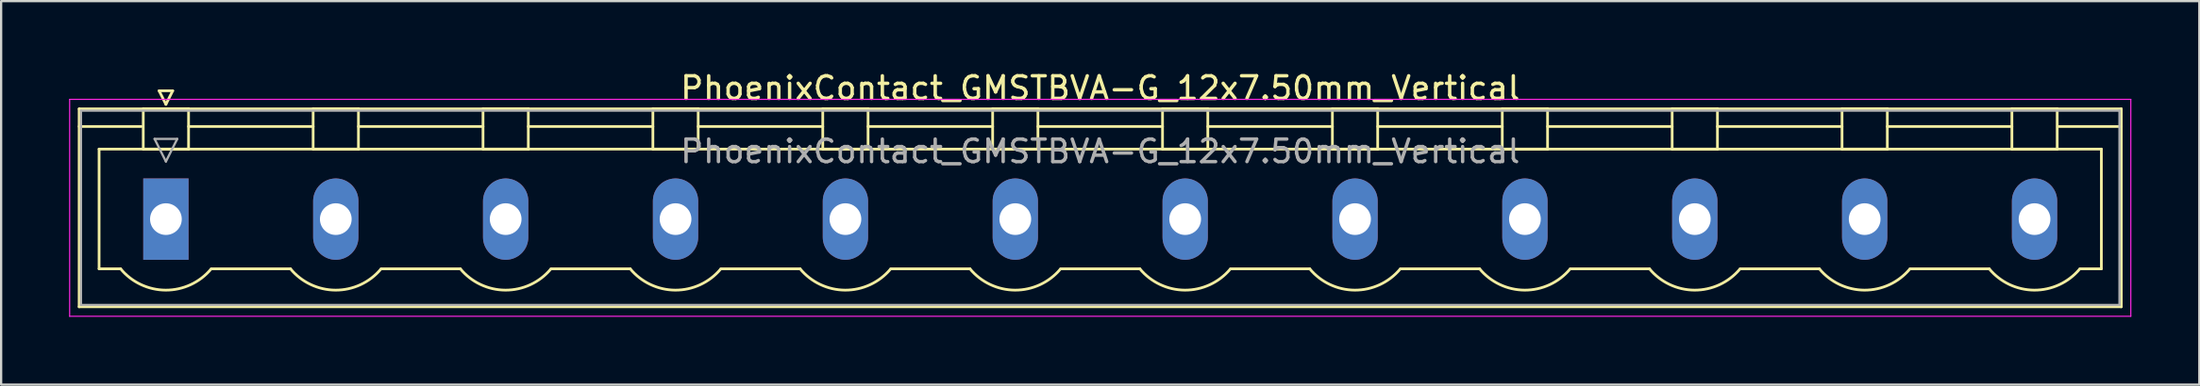
<source format=kicad_pcb>
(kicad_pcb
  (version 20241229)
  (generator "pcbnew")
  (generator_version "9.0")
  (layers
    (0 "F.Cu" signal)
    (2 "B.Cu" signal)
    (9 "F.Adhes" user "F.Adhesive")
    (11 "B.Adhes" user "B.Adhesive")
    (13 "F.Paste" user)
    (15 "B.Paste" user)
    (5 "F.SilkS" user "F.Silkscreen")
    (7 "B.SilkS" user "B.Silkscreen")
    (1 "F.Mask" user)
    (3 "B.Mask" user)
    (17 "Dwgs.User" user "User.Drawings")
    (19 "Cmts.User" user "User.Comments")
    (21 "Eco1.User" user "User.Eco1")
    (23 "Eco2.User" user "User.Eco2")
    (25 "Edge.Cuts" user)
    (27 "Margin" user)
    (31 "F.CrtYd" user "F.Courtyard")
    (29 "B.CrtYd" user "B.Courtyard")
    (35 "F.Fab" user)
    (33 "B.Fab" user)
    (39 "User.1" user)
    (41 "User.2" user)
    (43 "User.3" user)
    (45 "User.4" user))
  (footprint "PhoenixContact_GMSTBVA-G_12x7.50mm_Vertical"
    (layer "F.Cu")
    (at 4.275 6.648)
    (property "Reference" "PhoenixContact_GMSTBVA-G_12x7.50mm_Vertical" (at 41.25 -5.8 0) (layer "F.SilkS") (effects (font (size 1 1) (thickness 0.15))))
    (attr through_hole)
    (fp_line (start -3.83 -4.88) (end -3.83 3.88) (stroke (width 0.12) (type solid)) (layer "F.SilkS"))
    (fp_line (start -3.83 -4.1) (end -1.08 -4.1) (stroke (width 0.12) (type solid)) (layer "F.SilkS"))
    (fp_line (start -3.83 3.88) (end 86.33 3.88) (stroke (width 0.12) (type solid)) (layer "F.SilkS"))
    (fp_line (start -2.95 -3.1) (end 85.45 -3.1) (stroke (width 0.12) (type solid)) (layer "F.SilkS"))
    (fp_line (start -2.95 2.2) (end -2.95 -3.1) (stroke (width 0.12) (type solid)) (layer "F.SilkS"))
    (fp_line (start -2 2.2) (end -2.95 2.2) (stroke (width 0.12) (type solid)) (layer "F.SilkS"))
    (fp_line (start -1 -4.88) (end 1 -4.88) (stroke (width 0.12) (type solid)) (layer "F.SilkS"))
    (fp_line (start -1 -3.1) (end -1 -4.88) (stroke (width 0.12) (type solid)) (layer "F.SilkS"))
    (fp_line (start -0.3 -5.68) (end 0.3 -5.68) (stroke (width 0.12) (type solid)) (layer "F.SilkS"))
    (fp_line (start 0 -5.08) (end -0.3 -5.68) (stroke (width 0.12) (type solid)) (layer "F.SilkS"))
    (fp_line (start 0.3 -5.68) (end 0 -5.08) (stroke (width 0.12) (type solid)) (layer "F.SilkS"))
    (fp_line (start 1 -4.88) (end 1 -3.1) (stroke (width 0.12) (type solid)) (layer "F.SilkS"))
    (fp_line (start 1 -4.1) (end 6.5 -4.1) (stroke (width 0.12) (type solid)) (layer "F.SilkS"))
    (fp_line (start 1 -3.1) (end -1 -3.1) (stroke (width 0.12) (type solid)) (layer "F.SilkS"))
    (fp_line (start 2 2.2) (end 5.5 2.2) (stroke (width 0.12) (type solid)) (layer "F.SilkS"))
    (fp_line (start 6.5 -4.88) (end 8.5 -4.88) (stroke (width 0.12) (type solid)) (layer "F.SilkS"))
    (fp_line (start 6.5 -3.1) (end 6.5 -4.88) (stroke (width 0.12) (type solid)) (layer "F.SilkS"))
    (fp_line (start 8.5 -4.88) (end 8.5 -3.1) (stroke (width 0.12) (type solid)) (layer "F.SilkS"))
    (fp_line (start 8.5 -4.1) (end 14 -4.1) (stroke (width 0.12) (type solid)) (layer "F.SilkS"))
    (fp_line (start 8.5 -3.1) (end 6.5 -3.1) (stroke (width 0.12) (type solid)) (layer "F.SilkS"))
    (fp_line (start 9.5 2.2) (end 13 2.2) (stroke (width 0.12) (type solid)) (layer "F.SilkS"))
    (fp_line (start 14 -4.88) (end 16 -4.88) (stroke (width 0.12) (type solid)) (layer "F.SilkS"))
    (fp_line (start 14 -3.1) (end 14 -4.88) (stroke (width 0.12) (type solid)) (layer "F.SilkS"))
    (fp_line (start 16 -4.88) (end 16 -3.1) (stroke (width 0.12) (type solid)) (layer "F.SilkS"))
    (fp_line (start 16 -4.1) (end 21.5 -4.1) (stroke (width 0.12) (type solid)) (layer "F.SilkS"))
    (fp_line (start 16 -3.1) (end 14 -3.1) (stroke (width 0.12) (type solid)) (layer "F.SilkS"))
    (fp_line (start 17 2.2) (end 20.5 2.2) (stroke (width 0.12) (type solid)) (layer "F.SilkS"))
    (fp_line (start 21.5 -4.88) (end 23.5 -4.88) (stroke (width 0.12) (type solid)) (layer "F.SilkS"))
    (fp_line (start 21.5 -3.1) (end 21.5 -4.88) (stroke (width 0.12) (type solid)) (layer "F.SilkS"))
    (fp_line (start 23.5 -4.88) (end 23.5 -3.1) (stroke (width 0.12) (type solid)) (layer "F.SilkS"))
    (fp_line (start 23.5 -4.1) (end 29 -4.1) (stroke (width 0.12) (type solid)) (layer "F.SilkS"))
    (fp_line (start 23.5 -3.1) (end 21.5 -3.1) (stroke (width 0.12) (type solid)) (layer "F.SilkS"))
    (fp_line (start 24.5 2.2) (end 28 2.2) (stroke (width 0.12) (type solid)) (layer "F.SilkS"))
    (fp_line (start 29 -4.88) (end 31 -4.88) (stroke (width 0.12) (type solid)) (layer "F.SilkS"))
    (fp_line (start 29 -3.1) (end 29 -4.88) (stroke (width 0.12) (type solid)) (layer "F.SilkS"))
    (fp_line (start 31 -4.88) (end 31 -3.1) (stroke (width 0.12) (type solid)) (layer "F.SilkS"))
    (fp_line (start 31 -4.1) (end 36.5 -4.1) (stroke (width 0.12) (type solid)) (layer "F.SilkS"))
    (fp_line (start 31 -3.1) (end 29 -3.1) (stroke (width 0.12) (type solid)) (layer "F.SilkS"))
    (fp_line (start 32 2.2) (end 35.5 2.2) (stroke (width 0.12) (type solid)) (layer "F.SilkS"))
    (fp_line (start 36.5 -4.88) (end 38.5 -4.88) (stroke (width 0.12) (type solid)) (layer "F.SilkS"))
    (fp_line (start 36.5 -3.1) (end 36.5 -4.88) (stroke (width 0.12) (type solid)) (layer "F.SilkS"))
    (fp_line (start 38.5 -4.88) (end 38.5 -3.1) (stroke (width 0.12) (type solid)) (layer "F.SilkS"))
    (fp_line (start 38.5 -4.1) (end 44 -4.1) (stroke (width 0.12) (type solid)) (layer "F.SilkS"))
    (fp_line (start 38.5 -3.1) (end 36.5 -3.1) (stroke (width 0.12) (type solid)) (layer "F.SilkS"))
    (fp_line (start 39.5 2.2) (end 43 2.2) (stroke (width 0.12) (type solid)) (layer "F.SilkS"))
    (fp_line (start 44 -4.88) (end 46 -4.88) (stroke (width 0.12) (type solid)) (layer "F.SilkS"))
    (fp_line (start 44 -3.1) (end 44 -4.88) (stroke (width 0.12) (type solid)) (layer "F.SilkS"))
    (fp_line (start 46 -4.88) (end 46 -3.1) (stroke (width 0.12) (type solid)) (layer "F.SilkS"))
    (fp_line (start 46 -4.1) (end 51.5 -4.1) (stroke (width 0.12) (type solid)) (layer "F.SilkS"))
    (fp_line (start 46 -3.1) (end 44 -3.1) (stroke (width 0.12) (type solid)) (layer "F.SilkS"))
    (fp_line (start 47 2.2) (end 50.5 2.2) (stroke (width 0.12) (type solid)) (layer "F.SilkS"))
    (fp_line (start 51.5 -4.88) (end 53.5 -4.88) (stroke (width 0.12) (type solid)) (layer "F.SilkS"))
    (fp_line (start 51.5 -3.1) (end 51.5 -4.88) (stroke (width 0.12) (type solid)) (layer "F.SilkS"))
    (fp_line (start 53.5 -4.88) (end 53.5 -3.1) (stroke (width 0.12) (type solid)) (layer "F.SilkS"))
    (fp_line (start 53.5 -4.1) (end 59 -4.1) (stroke (width 0.12) (type solid)) (layer "F.SilkS"))
    (fp_line (start 53.5 -3.1) (end 51.5 -3.1) (stroke (width 0.12) (type solid)) (layer "F.SilkS"))
    (fp_line (start 54.5 2.2) (end 58 2.2) (stroke (width 0.12) (type solid)) (layer "F.SilkS"))
    (fp_line (start 59 -4.88) (end 61 -4.88) (stroke (width 0.12) (type solid)) (layer "F.SilkS"))
    (fp_line (start 59 -3.1) (end 59 -4.88) (stroke (width 0.12) (type solid)) (layer "F.SilkS"))
    (fp_line (start 61 -4.88) (end 61 -3.1) (stroke (width 0.12) (type solid)) (layer "F.SilkS"))
    (fp_line (start 61 -4.1) (end 66.5 -4.1) (stroke (width 0.12) (type solid)) (layer "F.SilkS"))
    (fp_line (start 61 -3.1) (end 59 -3.1) (stroke (width 0.12) (type solid)) (layer "F.SilkS"))
    (fp_line (start 62 2.2) (end 65.5 2.2) (stroke (width 0.12) (type solid)) (layer "F.SilkS"))
    (fp_line (start 66.5 -4.88) (end 68.5 -4.88) (stroke (width 0.12) (type solid)) (layer "F.SilkS"))
    (fp_line (start 66.5 -3.1) (end 66.5 -4.88) (stroke (width 0.12) (type solid)) (layer "F.SilkS"))
    (fp_line (start 68.5 -4.88) (end 68.5 -3.1) (stroke (width 0.12) (type solid)) (layer "F.SilkS"))
    (fp_line (start 68.5 -4.1) (end 74 -4.1) (stroke (width 0.12) (type solid)) (layer "F.SilkS"))
    (fp_line (start 68.5 -3.1) (end 66.5 -3.1) (stroke (width 0.12) (type solid)) (layer "F.SilkS"))
    (fp_line (start 69.5 2.2) (end 73 2.2) (stroke (width 0.12) (type solid)) (layer "F.SilkS"))
    (fp_line (start 74 -4.88) (end 76 -4.88) (stroke (width 0.12) (type solid)) (layer "F.SilkS"))
    (fp_line (start 74 -3.1) (end 74 -4.88) (stroke (width 0.12) (type solid)) (layer "F.SilkS"))
    (fp_line (start 76 -4.88) (end 76 -3.1) (stroke (width 0.12) (type solid)) (layer "F.SilkS"))
    (fp_line (start 76 -4.1) (end 81.5 -4.1) (stroke (width 0.12) (type solid)) (layer "F.SilkS"))
    (fp_line (start 76 -3.1) (end 74 -3.1) (stroke (width 0.12) (type solid)) (layer "F.SilkS"))
    (fp_line (start 77 2.2) (end 80.5 2.2) (stroke (width 0.12) (type solid)) (layer "F.SilkS"))
    (fp_line (start 81.5 -4.88) (end 83.5 -4.88) (stroke (width 0.12) (type solid)) (layer "F.SilkS"))
    (fp_line (start 81.5 -3.1) (end 81.5 -4.88) (stroke (width 0.12) (type solid)) (layer "F.SilkS"))
    (fp_line (start 83.5 -4.88) (end 83.5 -3.1) (stroke (width 0.12) (type solid)) (layer "F.SilkS"))
    (fp_line (start 83.5 -3.1) (end 81.5 -3.1) (stroke (width 0.12) (type solid)) (layer "F.SilkS"))
    (fp_line (start 85.45 -3.1) (end 85.45 2.2) (stroke (width 0.12) (type solid)) (layer "F.SilkS"))
    (fp_line (start 85.45 2.2) (end 84.5 2.2) (stroke (width 0.12) (type solid)) (layer "F.SilkS"))
    (fp_line (start 86.33 -4.88) (end -3.83 -4.88) (stroke (width 0.12) (type solid)) (layer "F.SilkS"))
    (fp_line (start 86.33 -4.1) (end 83.58 -4.1) (stroke (width 0.12) (type solid)) (layer "F.SilkS"))
    (fp_line (start 86.33 3.88) (end 86.33 -4.88) (stroke (width 0.12) (type solid)) (layer "F.SilkS"))
    (fp_arc (start 1.986842 2.215821) (mid -0.010289 3.142758) (end -2 2.2) (stroke (width 0.12) (type solid)) (layer "F.SilkS"))
    (fp_arc (start 9.486842 2.215821) (mid 7.489711 3.142758) (end 5.5 2.2) (stroke (width 0.12) (type solid)) (layer "F.SilkS"))
    (fp_arc (start 16.986842 2.215821) (mid 14.989711 3.142758) (end 13 2.2) (stroke (width 0.12) (type solid)) (layer "F.SilkS"))
    (fp_arc (start 24.486842 2.215821) (mid 22.489711 3.142758) (end 20.5 2.2) (stroke (width 0.12) (type solid)) (layer "F.SilkS"))
    (fp_arc (start 31.986842 2.215821) (mid 29.989711 3.142758) (end 28 2.2) (stroke (width 0.12) (type solid)) (layer "F.SilkS"))
    (fp_arc (start 39.486842 2.215821) (mid 37.489711 3.142758) (end 35.5 2.2) (stroke (width 0.12) (type solid)) (layer "F.SilkS"))
    (fp_arc (start 46.986842 2.215821) (mid 44.989711 3.142758) (end 43 2.2) (stroke (width 0.12) (type solid)) (layer "F.SilkS"))
    (fp_arc (start 54.486842 2.215821) (mid 52.489711 3.142758) (end 50.5 2.2) (stroke (width 0.12) (type solid)) (layer "F.SilkS"))
    (fp_arc (start 61.986842 2.215821) (mid 59.989711 3.142758) (end 58 2.2) (stroke (width 0.12) (type solid)) (layer "F.SilkS"))
    (fp_arc (start 69.486842 2.215821) (mid 67.489711 3.142758) (end 65.5 2.2) (stroke (width 0.12) (type solid)) (layer "F.SilkS"))
    (fp_arc (start 76.986842 2.215821) (mid 74.989711 3.142758) (end 73 2.2) (stroke (width 0.12) (type solid)) (layer "F.SilkS"))
    (fp_arc (start 84.486842 2.215821) (mid 82.489711 3.142758) (end 80.5 2.2) (stroke (width 0.12) (type solid)) (layer "F.SilkS"))
    (fp_line (start -4.25 -5.3) (end -4.25 4.3) (stroke (width 0.05) (type solid)) (layer "F.CrtYd"))
    (fp_line (start -4.25 4.3) (end 86.75 4.3) (stroke (width 0.05) (type solid)) (layer "F.CrtYd"))
    (fp_line (start 86.75 -5.3) (end -4.25 -5.3) (stroke (width 0.05) (type solid)) (layer "F.CrtYd"))
    (fp_line (start 86.75 4.3) (end 86.75 -5.3) (stroke (width 0.05) (type solid)) (layer "F.CrtYd"))
    (fp_line (start -3.75 -4.8) (end -3.75 3.8) (stroke (width 0.1) (type solid)) (layer "F.Fab"))
    (fp_line (start -3.75 3.8) (end 86.25 3.8) (stroke (width 0.1) (type solid)) (layer "F.Fab"))
    (fp_line (start -0.5 -3.55) (end 0.5 -3.55) (stroke (width 0.1) (type solid)) (layer "F.Fab"))
    (fp_line (start 0 -2.55) (end -0.5 -3.55) (stroke (width 0.1) (type solid)) (layer "F.Fab"))
    (fp_line (start 0.5 -3.55) (end 0 -2.55) (stroke (width 0.1) (type solid)) (layer "F.Fab"))
    (fp_line (start 86.25 -4.8) (end -3.75 -4.8) (stroke (width 0.1) (type solid)) (layer "F.Fab"))
    (fp_line (start 86.25 3.8) (end 86.25 -4.8) (stroke (width 0.1) (type solid)) (layer "F.Fab"))
    (fp_text user "${REFERENCE}" (at 41.25 -3 0) (layer "F.Fab") (effects (font (size 1 1) (thickness 0.15))))
    (pad "1" thru_hole rect (at 0 0) (size 2 3.6) (drill 1.4) (layers "*.Cu" "*.Mask"))
    (pad "2" thru_hole oval (at 7.5 0) (size 2 3.6) (drill 1.4) (layers "*.Cu" "*.Mask"))
    (pad "3" thru_hole oval (at 15 0) (size 2 3.6) (drill 1.4) (layers "*.Cu" "*.Mask"))
    (pad "4" thru_hole oval (at 22.5 0) (size 2 3.6) (drill 1.4) (layers "*.Cu" "*.Mask"))
    (pad "5" thru_hole oval (at 30 0) (size 2 3.6) (drill 1.4) (layers "*.Cu" "*.Mask"))
    (pad "6" thru_hole oval (at 37.5 0) (size 2 3.6) (drill 1.4) (layers "*.Cu" "*.Mask"))
    (pad "7" thru_hole oval (at 45 0) (size 2 3.6) (drill 1.4) (layers "*.Cu" "*.Mask"))
    (pad "8" thru_hole oval (at 52.5 0) (size 2 3.6) (drill 1.4) (layers "*.Cu" "*.Mask"))
    (pad "9" thru_hole oval (at 60 0) (size 2 3.6) (drill 1.4) (layers "*.Cu" "*.Mask"))
    (pad "10" thru_hole oval (at 67.5 0) (size 2 3.6) (drill 1.4) (layers "*.Cu" "*.Mask"))
    (pad "11" thru_hole oval (at 75 0) (size 2 3.6) (drill 1.4) (layers "*.Cu" "*.Mask"))
    (pad "12" thru_hole oval (at 82.5 0) (size 2 3.6) (drill 1.4) (layers "*.Cu" "*.Mask")))
  (gr_rect
    (start -3 -3)
    (end 94.05 13.973)
    (stroke (width 0.1) (type default))
    (fill no)
    (layer "Edge.Cuts")))
</source>
